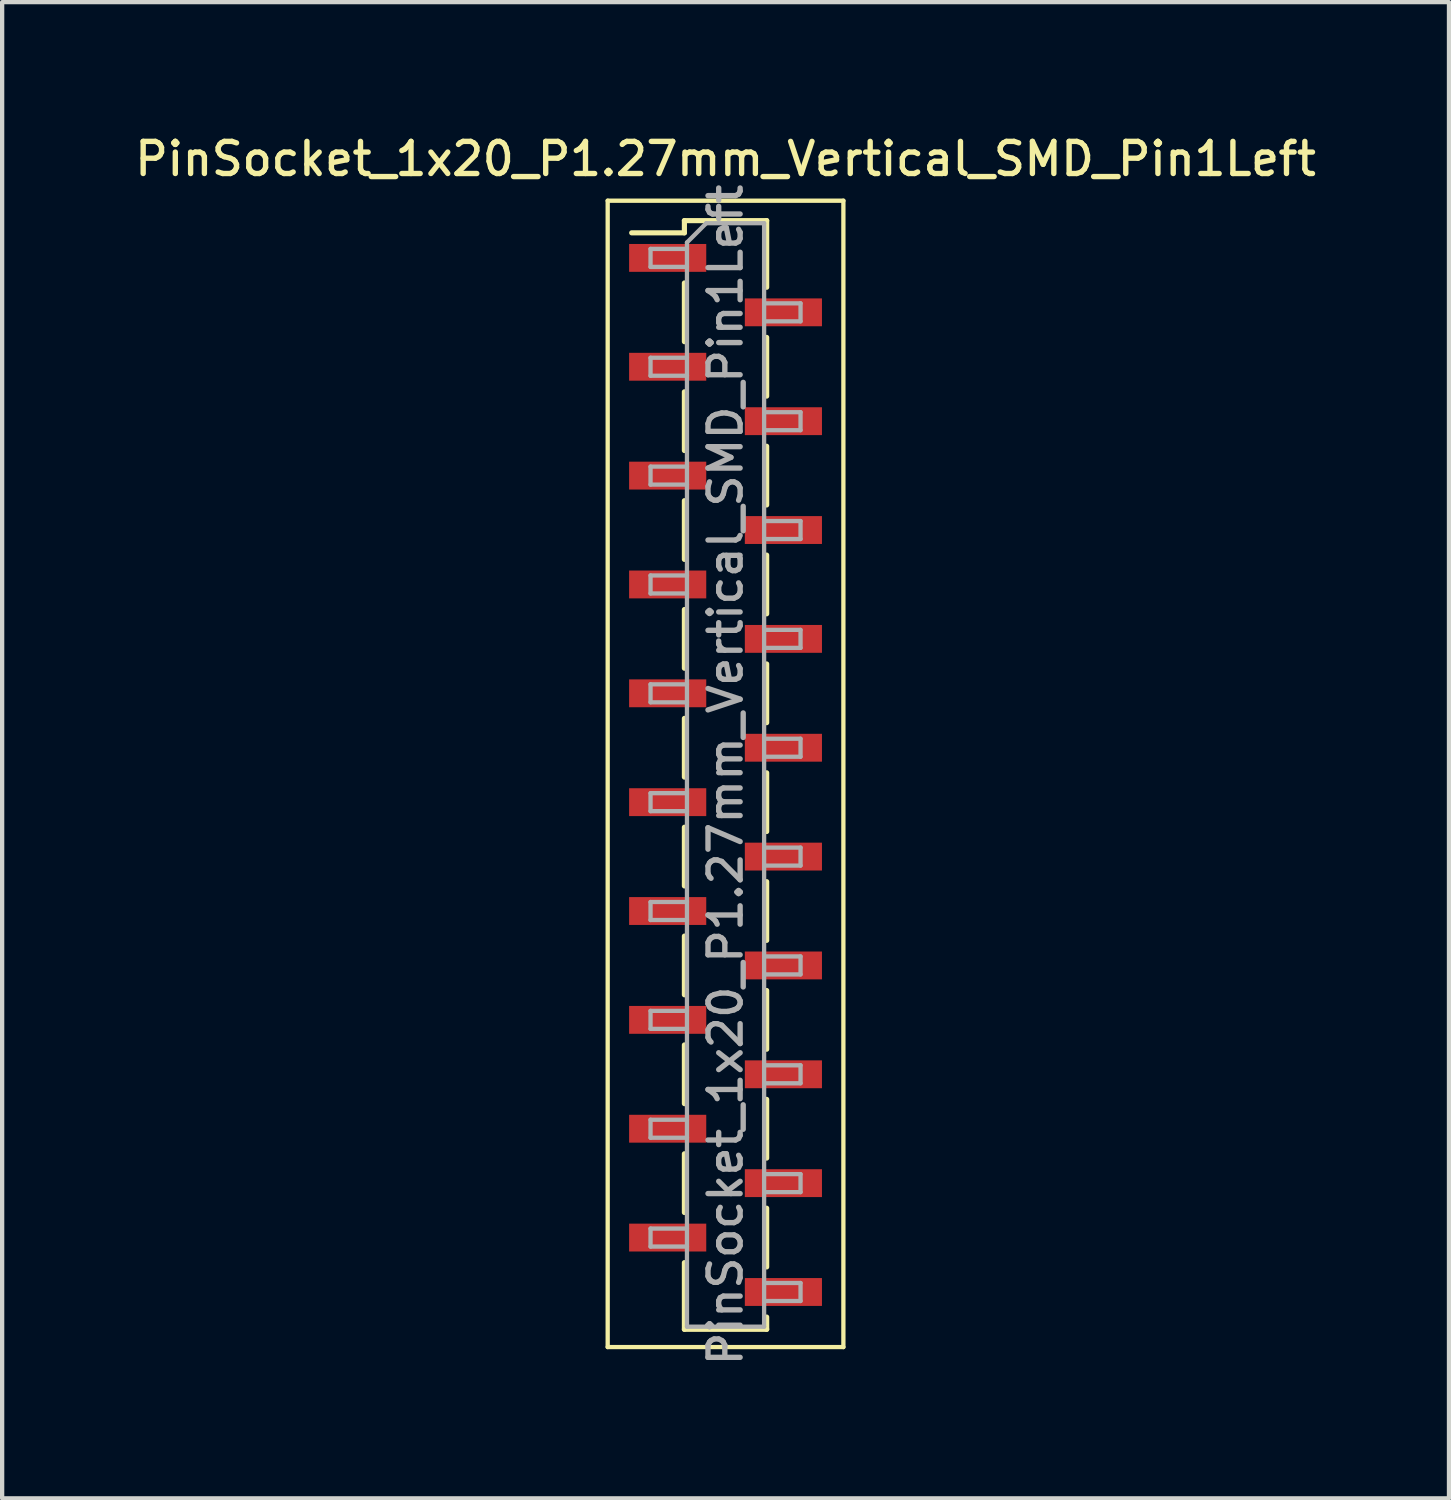
<source format=kicad_pcb>
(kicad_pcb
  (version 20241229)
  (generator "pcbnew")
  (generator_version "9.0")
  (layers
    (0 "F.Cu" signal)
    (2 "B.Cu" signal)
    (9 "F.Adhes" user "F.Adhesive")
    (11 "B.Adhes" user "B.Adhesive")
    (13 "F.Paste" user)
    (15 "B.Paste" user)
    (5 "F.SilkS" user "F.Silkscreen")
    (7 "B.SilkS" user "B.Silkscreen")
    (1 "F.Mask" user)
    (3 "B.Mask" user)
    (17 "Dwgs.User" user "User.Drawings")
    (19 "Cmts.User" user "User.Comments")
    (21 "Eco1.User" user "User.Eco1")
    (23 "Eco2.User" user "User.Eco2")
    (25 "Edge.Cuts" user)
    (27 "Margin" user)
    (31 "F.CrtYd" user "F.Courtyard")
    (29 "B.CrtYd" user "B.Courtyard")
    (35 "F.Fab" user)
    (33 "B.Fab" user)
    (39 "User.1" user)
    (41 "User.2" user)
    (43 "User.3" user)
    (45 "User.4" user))
  (footprint "PinSocket_1x20_P1.27mm_Vertical_SMD_Pin1Left"
    (layer "F.Cu")
    (at 13.88 15.033)
    (property "Reference" "PinSocket_1x20_P1.27mm_Vertical_SMD_Pin1Left" (at 0 -14.375 0) (layer "F.SilkS") (effects (font (size 0.75 0.75) (thickness 0.125))))
    (attr smd)
    (fp_line (start -2.75 -13.4) (end 2.75 -13.4) (stroke (width 0.1) (type solid)) (layer "F.SilkS"))
    (fp_line (start -2.75 13.35) (end -2.75 -13.4) (stroke (width 0.1) (type solid)) (layer "F.SilkS"))
    (fp_line (start -2.19 -12.65) (end -0.96 -12.65) (stroke (width 0.12) (type solid)) (layer "F.SilkS"))
    (fp_line (start -0.96 -12.935) (end -0.96 -12.65) (stroke (width 0.12) (type solid)) (layer "F.SilkS"))
    (fp_line (start -0.96 -12.935) (end 0.96 -12.935) (stroke (width 0.12) (type solid)) (layer "F.SilkS"))
    (fp_line (start -0.96 -11.48) (end -0.96 -10.11) (stroke (width 0.12) (type solid)) (layer "F.SilkS"))
    (fp_line (start -0.96 -8.94) (end -0.96 -7.57) (stroke (width 0.12) (type solid)) (layer "F.SilkS"))
    (fp_line (start -0.96 -6.4) (end -0.96 -5.03) (stroke (width 0.12) (type solid)) (layer "F.SilkS"))
    (fp_line (start -0.96 -3.86) (end -0.96 -2.49) (stroke (width 0.12) (type solid)) (layer "F.SilkS"))
    (fp_line (start -0.96 -1.32) (end -0.96 0.05) (stroke (width 0.12) (type solid)) (layer "F.SilkS"))
    (fp_line (start -0.96 1.22) (end -0.96 2.59) (stroke (width 0.12) (type solid)) (layer "F.SilkS"))
    (fp_line (start -0.96 3.76) (end -0.96 5.13) (stroke (width 0.12) (type solid)) (layer "F.SilkS"))
    (fp_line (start -0.96 6.3) (end -0.96 7.67) (stroke (width 0.12) (type solid)) (layer "F.SilkS"))
    (fp_line (start -0.96 8.84) (end -0.96 10.21) (stroke (width 0.12) (type solid)) (layer "F.SilkS"))
    (fp_line (start -0.96 11.38) (end -0.96 12.935) (stroke (width 0.12) (type solid)) (layer "F.SilkS"))
    (fp_line (start -0.96 12.935) (end 0.96 12.935) (stroke (width 0.12) (type solid)) (layer "F.SilkS"))
    (fp_line (start 0.96 -12.935) (end 0.96 -11.38) (stroke (width 0.12) (type solid)) (layer "F.SilkS"))
    (fp_line (start 0.96 -10.21) (end 0.96 -8.84) (stroke (width 0.12) (type solid)) (layer "F.SilkS"))
    (fp_line (start 0.96 -7.67) (end 0.96 -6.3) (stroke (width 0.12) (type solid)) (layer "F.SilkS"))
    (fp_line (start 0.96 -5.13) (end 0.96 -3.76) (stroke (width 0.12) (type solid)) (layer "F.SilkS"))
    (fp_line (start 0.96 -2.59) (end 0.96 -1.22) (stroke (width 0.12) (type solid)) (layer "F.SilkS"))
    (fp_line (start 0.96 -0.05) (end 0.96 1.32) (stroke (width 0.12) (type solid)) (layer "F.SilkS"))
    (fp_line (start 0.96 2.49) (end 0.96 3.86) (stroke (width 0.12) (type solid)) (layer "F.SilkS"))
    (fp_line (start 0.96 5.03) (end 0.96 6.4) (stroke (width 0.12) (type solid)) (layer "F.SilkS"))
    (fp_line (start 0.96 7.57) (end 0.96 8.94) (stroke (width 0.12) (type solid)) (layer "F.SilkS"))
    (fp_line (start 0.96 10.11) (end 0.96 11.48) (stroke (width 0.12) (type solid)) (layer "F.SilkS"))
    (fp_line (start 0.96 12.65) (end 0.96 12.935) (stroke (width 0.12) (type solid)) (layer "F.SilkS"))
    (fp_line (start 2.75 -13.4) (end 2.75 13.35) (stroke (width 0.1) (type solid)) (layer "F.SilkS"))
    (fp_line (start 2.75 13.35) (end -2.75 13.35) (stroke (width 0.1) (type solid)) (layer "F.SilkS"))
    (fp_line (start -1.75 -12.275) (end -0.9 -12.275) (stroke (width 0.1) (type solid)) (layer "F.Fab"))
    (fp_line (start -1.75 -11.855) (end -1.75 -12.275) (stroke (width 0.1) (type solid)) (layer "F.Fab"))
    (fp_line (start -1.75 -9.735) (end -0.9 -9.735) (stroke (width 0.1) (type solid)) (layer "F.Fab"))
    (fp_line (start -1.75 -9.315) (end -1.75 -9.735) (stroke (width 0.1) (type solid)) (layer "F.Fab"))
    (fp_line (start -1.75 -7.195) (end -0.9 -7.195) (stroke (width 0.1) (type solid)) (layer "F.Fab"))
    (fp_line (start -1.75 -6.775) (end -1.75 -7.195) (stroke (width 0.1) (type solid)) (layer "F.Fab"))
    (fp_line (start -1.75 -4.655) (end -0.9 -4.655) (stroke (width 0.1) (type solid)) (layer "F.Fab"))
    (fp_line (start -1.75 -4.235) (end -1.75 -4.655) (stroke (width 0.1) (type solid)) (layer "F.Fab"))
    (fp_line (start -1.75 -2.115) (end -0.9 -2.115) (stroke (width 0.1) (type solid)) (layer "F.Fab"))
    (fp_line (start -1.75 -1.695) (end -1.75 -2.115) (stroke (width 0.1) (type solid)) (layer "F.Fab"))
    (fp_line (start -1.75 0.425) (end -0.9 0.425) (stroke (width 0.1) (type solid)) (layer "F.Fab"))
    (fp_line (start -1.75 0.845) (end -1.75 0.425) (stroke (width 0.1) (type solid)) (layer "F.Fab"))
    (fp_line (start -1.75 2.965) (end -0.9 2.965) (stroke (width 0.1) (type solid)) (layer "F.Fab"))
    (fp_line (start -1.75 3.385) (end -1.75 2.965) (stroke (width 0.1) (type solid)) (layer "F.Fab"))
    (fp_line (start -1.75 5.505) (end -0.9 5.505) (stroke (width 0.1) (type solid)) (layer "F.Fab"))
    (fp_line (start -1.75 5.925) (end -1.75 5.505) (stroke (width 0.1) (type solid)) (layer "F.Fab"))
    (fp_line (start -1.75 8.045) (end -0.9 8.045) (stroke (width 0.1) (type solid)) (layer "F.Fab"))
    (fp_line (start -1.75 8.465) (end -1.75 8.045) (stroke (width 0.1) (type solid)) (layer "F.Fab"))
    (fp_line (start -1.75 10.585) (end -0.9 10.585) (stroke (width 0.1) (type solid)) (layer "F.Fab"))
    (fp_line (start -1.75 11.005) (end -1.75 10.585) (stroke (width 0.1) (type solid)) (layer "F.Fab"))
    (fp_line (start -0.9 -12.425) (end -0.45 -12.875) (stroke (width 0.1) (type solid)) (layer "F.Fab"))
    (fp_line (start -0.9 -11.855) (end -1.75 -11.855) (stroke (width 0.1) (type solid)) (layer "F.Fab"))
    (fp_line (start -0.9 -9.315) (end -1.75 -9.315) (stroke (width 0.1) (type solid)) (layer "F.Fab"))
    (fp_line (start -0.9 -6.775) (end -1.75 -6.775) (stroke (width 0.1) (type solid)) (layer "F.Fab"))
    (fp_line (start -0.9 -4.235) (end -1.75 -4.235) (stroke (width 0.1) (type solid)) (layer "F.Fab"))
    (fp_line (start -0.9 -1.695) (end -1.75 -1.695) (stroke (width 0.1) (type solid)) (layer "F.Fab"))
    (fp_line (start -0.9 0.845) (end -1.75 0.845) (stroke (width 0.1) (type solid)) (layer "F.Fab"))
    (fp_line (start -0.9 3.385) (end -1.75 3.385) (stroke (width 0.1) (type solid)) (layer "F.Fab"))
    (fp_line (start -0.9 5.925) (end -1.75 5.925) (stroke (width 0.1) (type solid)) (layer "F.Fab"))
    (fp_line (start -0.9 8.465) (end -1.75 8.465) (stroke (width 0.1) (type solid)) (layer "F.Fab"))
    (fp_line (start -0.9 11.005) (end -1.75 11.005) (stroke (width 0.1) (type solid)) (layer "F.Fab"))
    (fp_line (start -0.9 12.875) (end -0.9 -12.425) (stroke (width 0.1) (type solid)) (layer "F.Fab"))
    (fp_line (start -0.45 -12.875) (end 0.9 -12.875) (stroke (width 0.1) (type solid)) (layer "F.Fab"))
    (fp_line (start 0.9 -12.875) (end 0.9 12.875) (stroke (width 0.1) (type solid)) (layer "F.Fab"))
    (fp_line (start 0.9 -11.005) (end 1.75 -11.005) (stroke (width 0.1) (type solid)) (layer "F.Fab"))
    (fp_line (start 0.9 -8.465) (end 1.75 -8.465) (stroke (width 0.1) (type solid)) (layer "F.Fab"))
    (fp_line (start 0.9 -5.925) (end 1.75 -5.925) (stroke (width 0.1) (type solid)) (layer "F.Fab"))
    (fp_line (start 0.9 -3.385) (end 1.75 -3.385) (stroke (width 0.1) (type solid)) (layer "F.Fab"))
    (fp_line (start 0.9 -0.845) (end 1.75 -0.845) (stroke (width 0.1) (type solid)) (layer "F.Fab"))
    (fp_line (start 0.9 1.695) (end 1.75 1.695) (stroke (width 0.1) (type solid)) (layer "F.Fab"))
    (fp_line (start 0.9 4.235) (end 1.75 4.235) (stroke (width 0.1) (type solid)) (layer "F.Fab"))
    (fp_line (start 0.9 6.775) (end 1.75 6.775) (stroke (width 0.1) (type solid)) (layer "F.Fab"))
    (fp_line (start 0.9 9.315) (end 1.75 9.315) (stroke (width 0.1) (type solid)) (layer "F.Fab"))
    (fp_line (start 0.9 11.855) (end 1.75 11.855) (stroke (width 0.1) (type solid)) (layer "F.Fab"))
    (fp_line (start 0.9 12.875) (end -0.9 12.875) (stroke (width 0.1) (type solid)) (layer "F.Fab"))
    (fp_line (start 1.75 -11.005) (end 1.75 -10.585) (stroke (width 0.1) (type solid)) (layer "F.Fab"))
    (fp_line (start 1.75 -10.585) (end 0.9 -10.585) (stroke (width 0.1) (type solid)) (layer "F.Fab"))
    (fp_line (start 1.75 -8.465) (end 1.75 -8.045) (stroke (width 0.1) (type solid)) (layer "F.Fab"))
    (fp_line (start 1.75 -8.045) (end 0.9 -8.045) (stroke (width 0.1) (type solid)) (layer "F.Fab"))
    (fp_line (start 1.75 -5.925) (end 1.75 -5.505) (stroke (width 0.1) (type solid)) (layer "F.Fab"))
    (fp_line (start 1.75 -5.505) (end 0.9 -5.505) (stroke (width 0.1) (type solid)) (layer "F.Fab"))
    (fp_line (start 1.75 -3.385) (end 1.75 -2.965) (stroke (width 0.1) (type solid)) (layer "F.Fab"))
    (fp_line (start 1.75 -2.965) (end 0.9 -2.965) (stroke (width 0.1) (type solid)) (layer "F.Fab"))
    (fp_line (start 1.75 -0.845) (end 1.75 -0.425) (stroke (width 0.1) (type solid)) (layer "F.Fab"))
    (fp_line (start 1.75 -0.425) (end 0.9 -0.425) (stroke (width 0.1) (type solid)) (layer "F.Fab"))
    (fp_line (start 1.75 1.695) (end 1.75 2.115) (stroke (width 0.1) (type solid)) (layer "F.Fab"))
    (fp_line (start 1.75 2.115) (end 0.9 2.115) (stroke (width 0.1) (type solid)) (layer "F.Fab"))
    (fp_line (start 1.75 4.235) (end 1.75 4.655) (stroke (width 0.1) (type solid)) (layer "F.Fab"))
    (fp_line (start 1.75 4.655) (end 0.9 4.655) (stroke (width 0.1) (type solid)) (layer "F.Fab"))
    (fp_line (start 1.75 6.775) (end 1.75 7.195) (stroke (width 0.1) (type solid)) (layer "F.Fab"))
    (fp_line (start 1.75 7.195) (end 0.9 7.195) (stroke (width 0.1) (type solid)) (layer "F.Fab"))
    (fp_line (start 1.75 9.315) (end 1.75 9.735) (stroke (width 0.1) (type solid)) (layer "F.Fab"))
    (fp_line (start 1.75 9.735) (end 0.9 9.735) (stroke (width 0.1) (type solid)) (layer "F.Fab"))
    (fp_line (start 1.75 11.855) (end 1.75 12.275) (stroke (width 0.1) (type solid)) (layer "F.Fab"))
    (fp_line (start 1.75 12.275) (end 0.9 12.275) (stroke (width 0.1) (type solid)) (layer "F.Fab"))
    (fp_text user "${REFERENCE}" (at 0 0 90) (layer "F.Fab") (effects (font (size 0.75 0.75) (thickness 0.125))))
    (pad "1" smd rect (at -1.35 -12.065) (size 1.8 0.65) (layers "F.Cu" "F.Mask" "F.Paste"))
    (pad "2" smd rect (at 1.35 -10.795) (size 1.8 0.65) (layers "F.Cu" "F.Mask" "F.Paste"))
    (pad "3" smd rect (at -1.35 -9.525) (size 1.8 0.65) (layers "F.Cu" "F.Mask" "F.Paste"))
    (pad "4" smd rect (at 1.35 -8.255) (size 1.8 0.65) (layers "F.Cu" "F.Mask" "F.Paste"))
    (pad "5" smd rect (at -1.35 -6.985) (size 1.8 0.65) (layers "F.Cu" "F.Mask" "F.Paste"))
    (pad "6" smd rect (at 1.35 -5.715) (size 1.8 0.65) (layers "F.Cu" "F.Mask" "F.Paste"))
    (pad "7" smd rect (at -1.35 -4.445) (size 1.8 0.65) (layers "F.Cu" "F.Mask" "F.Paste"))
    (pad "8" smd rect (at 1.35 -3.175) (size 1.8 0.65) (layers "F.Cu" "F.Mask" "F.Paste"))
    (pad "9" smd rect (at -1.35 -1.905) (size 1.8 0.65) (layers "F.Cu" "F.Mask" "F.Paste"))
    (pad "10" smd rect (at 1.35 -0.635) (size 1.8 0.65) (layers "F.Cu" "F.Mask" "F.Paste"))
    (pad "11" smd rect (at -1.35 0.635) (size 1.8 0.65) (layers "F.Cu" "F.Mask" "F.Paste"))
    (pad "12" smd rect (at 1.35 1.905) (size 1.8 0.65) (layers "F.Cu" "F.Mask" "F.Paste"))
    (pad "13" smd rect (at -1.35 3.175) (size 1.8 0.65) (layers "F.Cu" "F.Mask" "F.Paste"))
    (pad "14" smd rect (at 1.35 4.445) (size 1.8 0.65) (layers "F.Cu" "F.Mask" "F.Paste"))
    (pad "15" smd rect (at -1.35 5.715) (size 1.8 0.65) (layers "F.Cu" "F.Mask" "F.Paste"))
    (pad "16" smd rect (at 1.35 6.985) (size 1.8 0.65) (layers "F.Cu" "F.Mask" "F.Paste"))
    (pad "17" smd rect (at -1.35 8.255) (size 1.8 0.65) (layers "F.Cu" "F.Mask" "F.Paste"))
    (pad "18" smd rect (at 1.35 9.525) (size 1.8 0.65) (layers "F.Cu" "F.Mask" "F.Paste"))
    (pad "19" smd rect (at -1.35 10.795) (size 1.8 0.65) (layers "F.Cu" "F.Mask" "F.Paste"))
    (pad "20" smd rect (at 1.35 12.065) (size 1.8 0.65) (layers "F.Cu" "F.Mask" "F.Paste")))
  (gr_rect
    (start -3 -3)
    (end 30.761 31.913)
    (stroke (width 0.1) (type default))
    (fill no)
    (layer "Edge.Cuts")))
</source>
